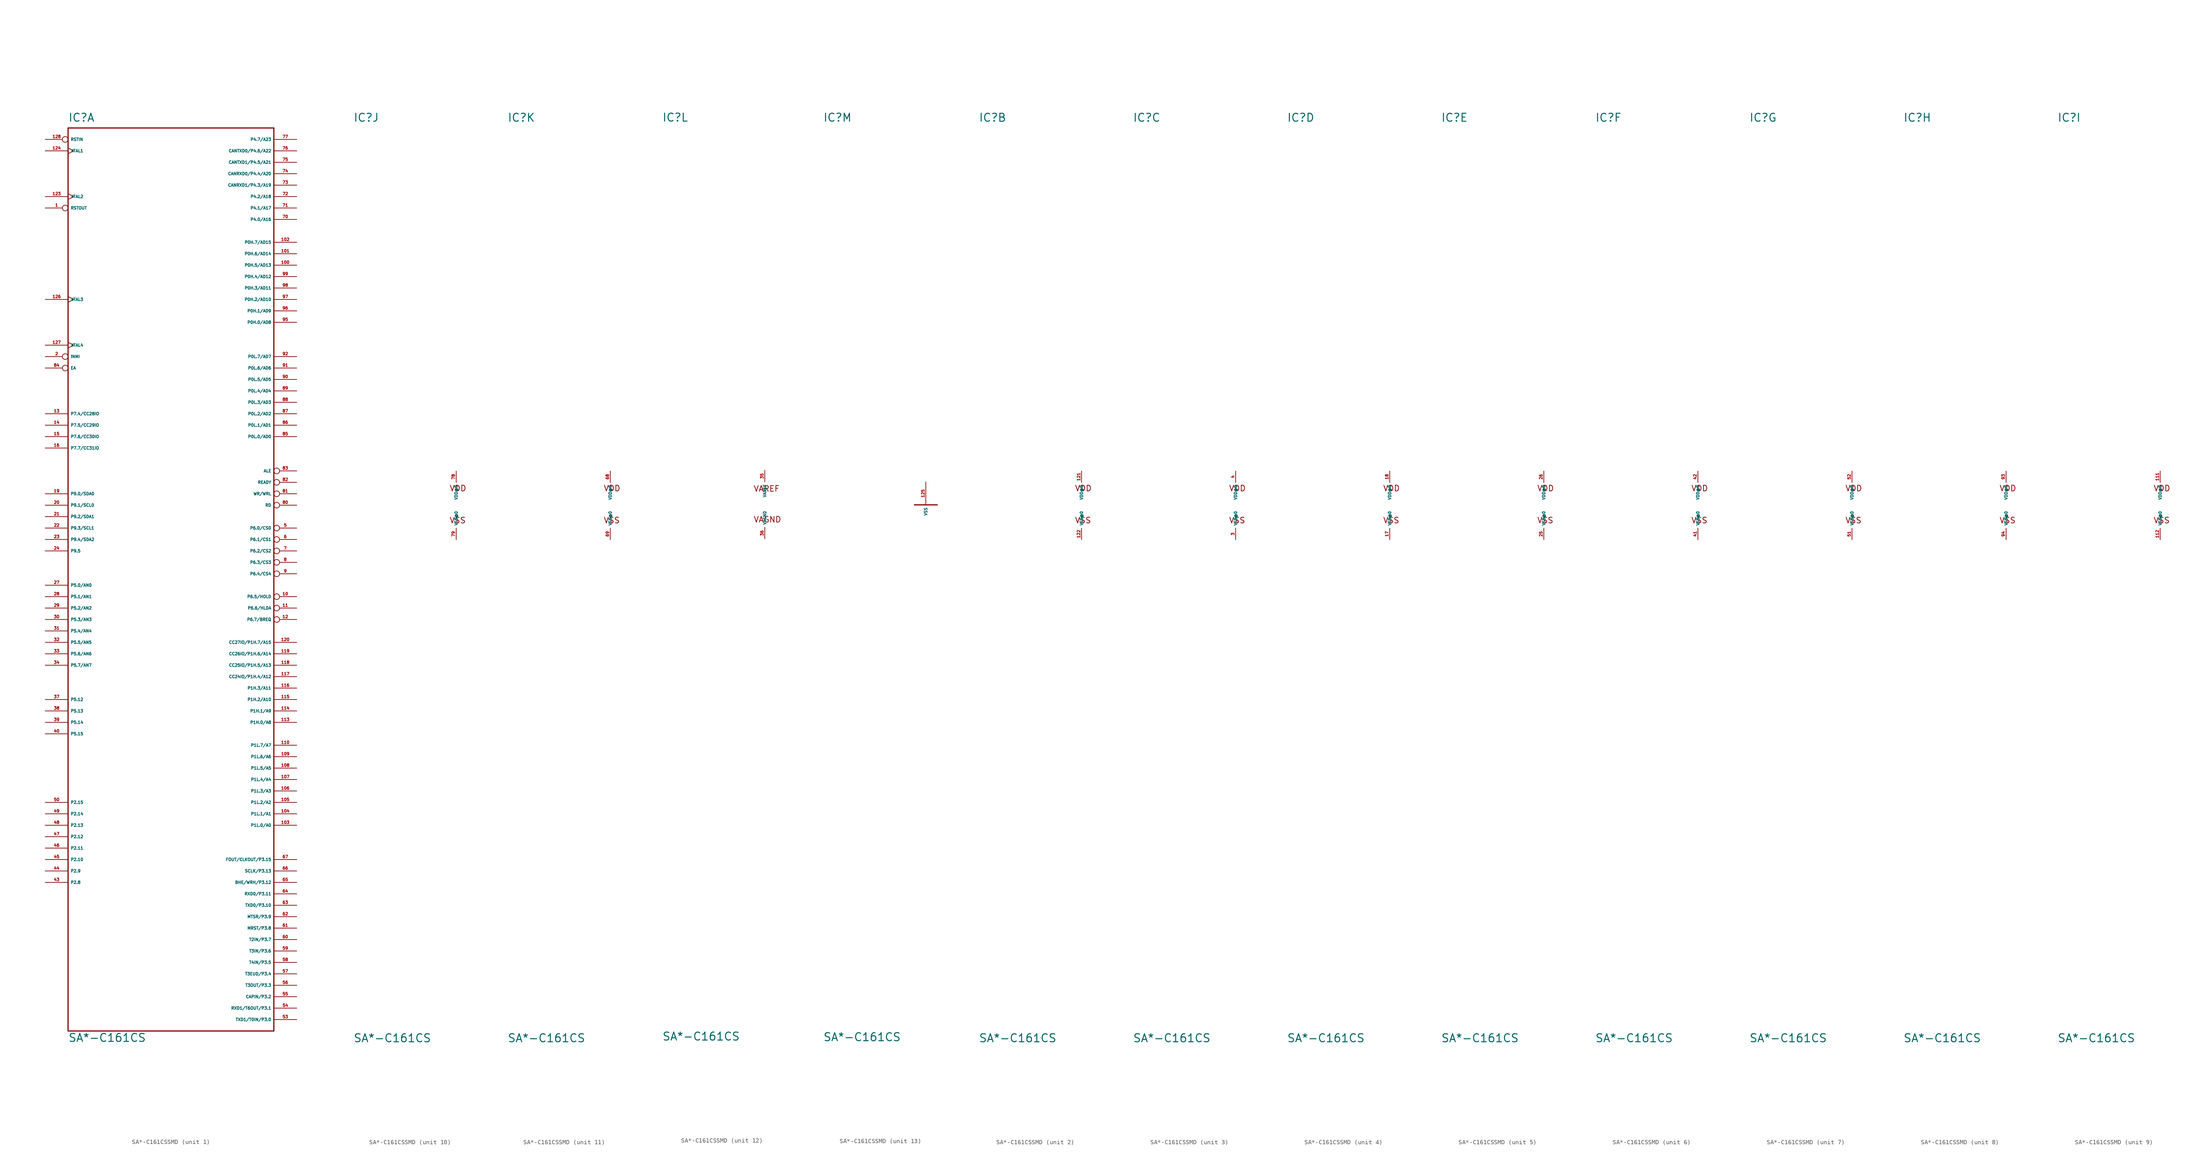
<source format=kicad_sym>
(kicad_symbol_lib
  (version 20220914)
  (generator Eagle2Kicad)
  (symbol "SA*-C161CSSMD"
    (property "Reference" "IC"
      (at -22.86 85.09 0)
      (effects (font (size 1.778 1.778) (thickness 0.22)) (justify left bottom)))
    (property "Value" "SA*-C161CS"
      (at -22.86 -119.38 0)
      (effects (font (size 1.778 1.778) (thickness 0.22)) (justify left bottom)))
    (symbol "SA*-C161CSSMD_1_0"
      (polyline (pts (xy -22.86 83.82) (xy 22.86 83.82)) (stroke (width 0.254) (type default)) (fill (type none)))
      (polyline (pts (xy 22.86 83.82) (xy 22.86 -116.84)) (stroke (width 0.254) (type default)) (fill (type none)))
      (polyline (pts (xy 22.86 -116.84) (xy -22.86 -116.84)) (stroke (width 0.254) (type default)) (fill (type none)))
      (polyline (pts (xy -22.86 -116.84) (xy -22.86 83.82)) (stroke (width 0.254) (type default)) (fill (type none)))
      (pin input inverted (at -27.94 33.02 0) (length 5.08) (name "!NMI" (effects (font (size 0.635 0.635) (thickness 0.08)) (justify left bottom))) (number "2" (effects (font (size 0.635 0.635) (thickness 0.08)) (justify left bottom))))
      (pin output inverted (at 27.94 7.62 180) (length 5.08) (name "ALE" (effects (font (size 0.635 0.635) (thickness 0.08)) (justify left bottom))) (number "83" (effects (font (size 0.635 0.635) (thickness 0.08)) (justify left bottom))))
      (pin input line (at 27.94 -83.82 180) (length 5.08) (name "BHE/WRH/P3.12" (effects (font (size 0.635 0.635) (thickness 0.08)) (justify left bottom))) (number "65" (effects (font (size 0.635 0.635) (thickness 0.08)) (justify left bottom))))
      (pin bidirectional line (at 27.94 73.66 180) (length 5.08) (name "CANRXD0/P4.4/A20" (effects (font (size 0.635 0.635) (thickness 0.08)) (justify left bottom))) (number "74" (effects (font (size 0.635 0.635) (thickness 0.08)) (justify left bottom))))
      (pin bidirectional line (at 27.94 71.12 180) (length 5.08) (name "CANRXD1/P4.3/A19" (effects (font (size 0.635 0.635) (thickness 0.08)) (justify left bottom))) (number "73" (effects (font (size 0.635 0.635) (thickness 0.08)) (justify left bottom))))
      (pin bidirectional line (at 27.94 78.74 180) (length 5.08) (name "CANTXD0/P4.6/A22" (effects (font (size 0.635 0.635) (thickness 0.08)) (justify left bottom))) (number "76" (effects (font (size 0.635 0.635) (thickness 0.08)) (justify left bottom))))
      (pin bidirectional line (at 27.94 76.2 180) (length 5.08) (name "CANTXD1/P4.5/A21" (effects (font (size 0.635 0.635) (thickness 0.08)) (justify left bottom))) (number "75" (effects (font (size 0.635 0.635) (thickness 0.08)) (justify left bottom))))
      (pin input line (at 27.94 -109.22 180) (length 5.08) (name "CAPIN/P3.2" (effects (font (size 0.635 0.635) (thickness 0.08)) (justify left bottom))) (number "55" (effects (font (size 0.635 0.635) (thickness 0.08)) (justify left bottom))))
      (pin bidirectional line (at 27.94 -38.1 180) (length 5.08) (name "CC24IO/P1H.4/A12" (effects (font (size 0.635 0.635) (thickness 0.08)) (justify left bottom))) (number "117" (effects (font (size 0.635 0.635) (thickness 0.08)) (justify left bottom))))
      (pin bidirectional line (at 27.94 -35.56 180) (length 5.08) (name "CC25IO/P1H.5/A13" (effects (font (size 0.635 0.635) (thickness 0.08)) (justify left bottom))) (number "118" (effects (font (size 0.635 0.635) (thickness 0.08)) (justify left bottom))))
      (pin bidirectional line (at 27.94 -33.02 180) (length 5.08) (name "CC26IO/P1H.6/A14" (effects (font (size 0.635 0.635) (thickness 0.08)) (justify left bottom))) (number "119" (effects (font (size 0.635 0.635) (thickness 0.08)) (justify left bottom))))
      (pin bidirectional line (at 27.94 -30.48 180) (length 5.08) (name "CC27IO/P1H.7/A15" (effects (font (size 0.635 0.635) (thickness 0.08)) (justify left bottom))) (number "120" (effects (font (size 0.635 0.635) (thickness 0.08)) (justify left bottom))))
      (pin input inverted (at -27.94 30.48 0) (length 5.08) (name "EA" (effects (font (size 0.635 0.635) (thickness 0.08)) (justify left bottom))) (number "84" (effects (font (size 0.635 0.635) (thickness 0.08)) (justify left bottom))))
      (pin input line (at 27.94 -78.74 180) (length 5.08) (name "FOUT/CLKOUT/P3.15" (effects (font (size 0.635 0.635) (thickness 0.08)) (justify left bottom))) (number "67" (effects (font (size 0.635 0.635) (thickness 0.08)) (justify left bottom))))
      (pin input line (at 27.94 -93.98 180) (length 5.08) (name "MRST/P3.8" (effects (font (size 0.635 0.635) (thickness 0.08)) (justify left bottom))) (number "61" (effects (font (size 0.635 0.635) (thickness 0.08)) (justify left bottom))))
      (pin input line (at 27.94 -91.44 180) (length 5.08) (name "MTSR/P3.9" (effects (font (size 0.635 0.635) (thickness 0.08)) (justify left bottom))) (number "62" (effects (font (size 0.635 0.635) (thickness 0.08)) (justify left bottom))))
      (pin bidirectional line (at 27.94 40.64 180) (length 5.08) (name "P0H.0/AD8" (effects (font (size 0.635 0.635) (thickness 0.08)) (justify left bottom))) (number "95" (effects (font (size 0.635 0.635) (thickness 0.08)) (justify left bottom))))
      (pin bidirectional line (at 27.94 43.18 180) (length 5.08) (name "P0H.1/AD9" (effects (font (size 0.635 0.635) (thickness 0.08)) (justify left bottom))) (number "96" (effects (font (size 0.635 0.635) (thickness 0.08)) (justify left bottom))))
      (pin bidirectional line (at 27.94 45.72 180) (length 5.08) (name "P0H.2/AD10" (effects (font (size 0.635 0.635) (thickness 0.08)) (justify left bottom))) (number "97" (effects (font (size 0.635 0.635) (thickness 0.08)) (justify left bottom))))
      (pin bidirectional line (at 27.94 48.26 180) (length 5.08) (name "P0H.3/AD11" (effects (font (size 0.635 0.635) (thickness 0.08)) (justify left bottom))) (number "98" (effects (font (size 0.635 0.635) (thickness 0.08)) (justify left bottom))))
      (pin bidirectional line (at 27.94 50.8 180) (length 5.08) (name "P0H.4/AD12" (effects (font (size 0.635 0.635) (thickness 0.08)) (justify left bottom))) (number "99" (effects (font (size 0.635 0.635) (thickness 0.08)) (justify left bottom))))
      (pin bidirectional line (at 27.94 53.34 180) (length 5.08) (name "P0H.5/AD13" (effects (font (size 0.635 0.635) (thickness 0.08)) (justify left bottom))) (number "100" (effects (font (size 0.635 0.635) (thickness 0.08)) (justify left bottom))))
      (pin bidirectional line (at 27.94 55.88 180) (length 5.08) (name "P0H.6/AD14" (effects (font (size 0.635 0.635) (thickness 0.08)) (justify left bottom))) (number "101" (effects (font (size 0.635 0.635) (thickness 0.08)) (justify left bottom))))
      (pin bidirectional line (at 27.94 58.42 180) (length 5.08) (name "P0H.7/AD15" (effects (font (size 0.635 0.635) (thickness 0.08)) (justify left bottom))) (number "102" (effects (font (size 0.635 0.635) (thickness 0.08)) (justify left bottom))))
      (pin bidirectional line (at 27.94 15.24 180) (length 5.08) (name "P0L.0/AD0" (effects (font (size 0.635 0.635) (thickness 0.08)) (justify left bottom))) (number "85" (effects (font (size 0.635 0.635) (thickness 0.08)) (justify left bottom))))
      (pin bidirectional line (at 27.94 17.78 180) (length 5.08) (name "P0L.1/AD1" (effects (font (size 0.635 0.635) (thickness 0.08)) (justify left bottom))) (number "86" (effects (font (size 0.635 0.635) (thickness 0.08)) (justify left bottom))))
      (pin bidirectional line (at 27.94 20.32 180) (length 5.08) (name "P0L.2/AD2" (effects (font (size 0.635 0.635) (thickness 0.08)) (justify left bottom))) (number "87" (effects (font (size 0.635 0.635) (thickness 0.08)) (justify left bottom))))
      (pin bidirectional line (at 27.94 22.86 180) (length 5.08) (name "P0L.3/AD3" (effects (font (size 0.635 0.635) (thickness 0.08)) (justify left bottom))) (number "88" (effects (font (size 0.635 0.635) (thickness 0.08)) (justify left bottom))))
      (pin bidirectional line (at 27.94 25.4 180) (length 5.08) (name "P0L.4/AD4" (effects (font (size 0.635 0.635) (thickness 0.08)) (justify left bottom))) (number "89" (effects (font (size 0.635 0.635) (thickness 0.08)) (justify left bottom))))
      (pin bidirectional line (at 27.94 27.94 180) (length 5.08) (name "P0L.5/AD5" (effects (font (size 0.635 0.635) (thickness 0.08)) (justify left bottom))) (number "90" (effects (font (size 0.635 0.635) (thickness 0.08)) (justify left bottom))))
      (pin bidirectional line (at 27.94 30.48 180) (length 5.08) (name "P0L.6/AD6" (effects (font (size 0.635 0.635) (thickness 0.08)) (justify left bottom))) (number "91" (effects (font (size 0.635 0.635) (thickness 0.08)) (justify left bottom))))
      (pin bidirectional line (at 27.94 33.02 180) (length 5.08) (name "P0L.7/AD7" (effects (font (size 0.635 0.635) (thickness 0.08)) (justify left bottom))) (number "92" (effects (font (size 0.635 0.635) (thickness 0.08)) (justify left bottom))))
      (pin bidirectional line (at 27.94 -48.26 180) (length 5.08) (name "P1H.0/A8" (effects (font (size 0.635 0.635) (thickness 0.08)) (justify left bottom))) (number "113" (effects (font (size 0.635 0.635) (thickness 0.08)) (justify left bottom))))
      (pin bidirectional line (at 27.94 -45.72 180) (length 5.08) (name "P1H.1/A9" (effects (font (size 0.635 0.635) (thickness 0.08)) (justify left bottom))) (number "114" (effects (font (size 0.635 0.635) (thickness 0.08)) (justify left bottom))))
      (pin bidirectional line (at 27.94 -43.18 180) (length 5.08) (name "P1H.2/A10" (effects (font (size 0.635 0.635) (thickness 0.08)) (justify left bottom))) (number "115" (effects (font (size 0.635 0.635) (thickness 0.08)) (justify left bottom))))
      (pin bidirectional line (at 27.94 -40.64 180) (length 5.08) (name "P1H.3/A11" (effects (font (size 0.635 0.635) (thickness 0.08)) (justify left bottom))) (number "116" (effects (font (size 0.635 0.635) (thickness 0.08)) (justify left bottom))))
      (pin bidirectional line (at 27.94 -71.12 180) (length 5.08) (name "P1L.0/A0" (effects (font (size 0.635 0.635) (thickness 0.08)) (justify left bottom))) (number "103" (effects (font (size 0.635 0.635) (thickness 0.08)) (justify left bottom))))
      (pin bidirectional line (at 27.94 -68.58 180) (length 5.08) (name "P1L.1/A1" (effects (font (size 0.635 0.635) (thickness 0.08)) (justify left bottom))) (number "104" (effects (font (size 0.635 0.635) (thickness 0.08)) (justify left bottom))))
      (pin bidirectional line (at 27.94 -66.04 180) (length 5.08) (name "P1L.2/A2" (effects (font (size 0.635 0.635) (thickness 0.08)) (justify left bottom))) (number "105" (effects (font (size 0.635 0.635) (thickness 0.08)) (justify left bottom))))
      (pin bidirectional line (at 27.94 -63.5 180) (length 5.08) (name "P1L.3/A3" (effects (font (size 0.635 0.635) (thickness 0.08)) (justify left bottom))) (number "106" (effects (font (size 0.635 0.635) (thickness 0.08)) (justify left bottom))))
      (pin bidirectional line (at 27.94 -60.96 180) (length 5.08) (name "P1L.4/A4" (effects (font (size 0.635 0.635) (thickness 0.08)) (justify left bottom))) (number "107" (effects (font (size 0.635 0.635) (thickness 0.08)) (justify left bottom))))
      (pin bidirectional line (at 27.94 -58.42 180) (length 5.08) (name "P1L.5/A5" (effects (font (size 0.635 0.635) (thickness 0.08)) (justify left bottom))) (number "108" (effects (font (size 0.635 0.635) (thickness 0.08)) (justify left bottom))))
      (pin bidirectional line (at 27.94 -55.88 180) (length 5.08) (name "P1L.6/A6" (effects (font (size 0.635 0.635) (thickness 0.08)) (justify left bottom))) (number "109" (effects (font (size 0.635 0.635) (thickness 0.08)) (justify left bottom))))
      (pin bidirectional line (at 27.94 -53.34 180) (length 5.08) (name "P1L.7/A7" (effects (font (size 0.635 0.635) (thickness 0.08)) (justify left bottom))) (number "110" (effects (font (size 0.635 0.635) (thickness 0.08)) (justify left bottom))))
      (pin input line (at -27.94 -83.82 0) (length 5.08) (name "P2.8" (effects (font (size 0.635 0.635) (thickness 0.08)) (justify left bottom))) (number "43" (effects (font (size 0.635 0.635) (thickness 0.08)) (justify left bottom))))
      (pin input line (at -27.94 -81.28 0) (length 5.08) (name "P2.9" (effects (font (size 0.635 0.635) (thickness 0.08)) (justify left bottom))) (number "44" (effects (font (size 0.635 0.635) (thickness 0.08)) (justify left bottom))))
      (pin input line (at -27.94 -78.74 0) (length 5.08) (name "P2.10" (effects (font (size 0.635 0.635) (thickness 0.08)) (justify left bottom))) (number "45" (effects (font (size 0.635 0.635) (thickness 0.08)) (justify left bottom))))
      (pin input line (at -27.94 -76.2 0) (length 5.08) (name "P2.11" (effects (font (size 0.635 0.635) (thickness 0.08)) (justify left bottom))) (number "46" (effects (font (size 0.635 0.635) (thickness 0.08)) (justify left bottom))))
      (pin input line (at -27.94 -73.66 0) (length 5.08) (name "P2.12" (effects (font (size 0.635 0.635) (thickness 0.08)) (justify left bottom))) (number "47" (effects (font (size 0.635 0.635) (thickness 0.08)) (justify left bottom))))
      (pin input line (at -27.94 -71.12 0) (length 5.08) (name "P2.13" (effects (font (size 0.635 0.635) (thickness 0.08)) (justify left bottom))) (number "48" (effects (font (size 0.635 0.635) (thickness 0.08)) (justify left bottom))))
      (pin input line (at -27.94 -68.58 0) (length 5.08) (name "P2.14" (effects (font (size 0.635 0.635) (thickness 0.08)) (justify left bottom))) (number "49" (effects (font (size 0.635 0.635) (thickness 0.08)) (justify left bottom))))
      (pin input line (at -27.94 -66.04 0) (length 5.08) (name "P2.15" (effects (font (size 0.635 0.635) (thickness 0.08)) (justify left bottom))) (number "50" (effects (font (size 0.635 0.635) (thickness 0.08)) (justify left bottom))))
      (pin bidirectional line (at 27.94 63.5 180) (length 5.08) (name "P4.0/A16" (effects (font (size 0.635 0.635) (thickness 0.08)) (justify left bottom))) (number "70" (effects (font (size 0.635 0.635) (thickness 0.08)) (justify left bottom))))
      (pin bidirectional line (at 27.94 66.04 180) (length 5.08) (name "P4.1/A17" (effects (font (size 0.635 0.635) (thickness 0.08)) (justify left bottom))) (number "71" (effects (font (size 0.635 0.635) (thickness 0.08)) (justify left bottom))))
      (pin bidirectional line (at 27.94 68.58 180) (length 5.08) (name "P4.2/A18" (effects (font (size 0.635 0.635) (thickness 0.08)) (justify left bottom))) (number "72" (effects (font (size 0.635 0.635) (thickness 0.08)) (justify left bottom))))
      (pin bidirectional line (at 27.94 81.28 180) (length 5.08) (name "P4.7/A23" (effects (font (size 0.635 0.635) (thickness 0.08)) (justify left bottom))) (number "77" (effects (font (size 0.635 0.635) (thickness 0.08)) (justify left bottom))))
      (pin input line (at -27.94 -17.78 0) (length 5.08) (name "P5.0/AN0" (effects (font (size 0.635 0.635) (thickness 0.08)) (justify left bottom))) (number "27" (effects (font (size 0.635 0.635) (thickness 0.08)) (justify left bottom))))
      (pin input line (at -27.94 -20.32 0) (length 5.08) (name "P5.1/AN1" (effects (font (size 0.635 0.635) (thickness 0.08)) (justify left bottom))) (number "28" (effects (font (size 0.635 0.635) (thickness 0.08)) (justify left bottom))))
      (pin input line (at -27.94 -22.86 0) (length 5.08) (name "P5.2/AN2" (effects (font (size 0.635 0.635) (thickness 0.08)) (justify left bottom))) (number "29" (effects (font (size 0.635 0.635) (thickness 0.08)) (justify left bottom))))
      (pin input line (at -27.94 -25.4 0) (length 5.08) (name "P5.3/AN3" (effects (font (size 0.635 0.635) (thickness 0.08)) (justify left bottom))) (number "30" (effects (font (size 0.635 0.635) (thickness 0.08)) (justify left bottom))))
      (pin input line (at -27.94 -27.94 0) (length 5.08) (name "P5.4/AN4" (effects (font (size 0.635 0.635) (thickness 0.08)) (justify left bottom))) (number "31" (effects (font (size 0.635 0.635) (thickness 0.08)) (justify left bottom))))
      (pin input line (at -27.94 -30.48 0) (length 5.08) (name "P5.5/AN5" (effects (font (size 0.635 0.635) (thickness 0.08)) (justify left bottom))) (number "32" (effects (font (size 0.635 0.635) (thickness 0.08)) (justify left bottom))))
      (pin input line (at -27.94 -33.02 0) (length 5.08) (name "P5.6/AN6" (effects (font (size 0.635 0.635) (thickness 0.08)) (justify left bottom))) (number "33" (effects (font (size 0.635 0.635) (thickness 0.08)) (justify left bottom))))
      (pin input line (at -27.94 -35.56 0) (length 5.08) (name "P5.7/AN7" (effects (font (size 0.635 0.635) (thickness 0.08)) (justify left bottom))) (number "34" (effects (font (size 0.635 0.635) (thickness 0.08)) (justify left bottom))))
      (pin input line (at -27.94 -43.18 0) (length 5.08) (name "P5.12" (effects (font (size 0.635 0.635) (thickness 0.08)) (justify left bottom))) (number "37" (effects (font (size 0.635 0.635) (thickness 0.08)) (justify left bottom))))
      (pin input line (at -27.94 -45.72 0) (length 5.08) (name "P5.13" (effects (font (size 0.635 0.635) (thickness 0.08)) (justify left bottom))) (number "38" (effects (font (size 0.635 0.635) (thickness 0.08)) (justify left bottom))))
      (pin input line (at -27.94 -48.26 0) (length 5.08) (name "P5.14" (effects (font (size 0.635 0.635) (thickness 0.08)) (justify left bottom))) (number "39" (effects (font (size 0.635 0.635) (thickness 0.08)) (justify left bottom))))
      (pin input line (at -27.94 -50.8 0) (length 5.08) (name "P5.15" (effects (font (size 0.635 0.635) (thickness 0.08)) (justify left bottom))) (number "40" (effects (font (size 0.635 0.635) (thickness 0.08)) (justify left bottom))))
      (pin output inverted (at 27.94 -5.08 180) (length 5.08) (name "P6.0/CS0" (effects (font (size 0.635 0.635) (thickness 0.08)) (justify left bottom))) (number "5" (effects (font (size 0.635 0.635) (thickness 0.08)) (justify left bottom))))
      (pin output inverted (at 27.94 -7.62 180) (length 5.08) (name "P6.1/CS1" (effects (font (size 0.635 0.635) (thickness 0.08)) (justify left bottom))) (number "6" (effects (font (size 0.635 0.635) (thickness 0.08)) (justify left bottom))))
      (pin output inverted (at 27.94 -10.16 180) (length 5.08) (name "P6.2/CS2" (effects (font (size 0.635 0.635) (thickness 0.08)) (justify left bottom))) (number "7" (effects (font (size 0.635 0.635) (thickness 0.08)) (justify left bottom))))
      (pin output inverted (at 27.94 -12.7 180) (length 5.08) (name "P6.3/CS3" (effects (font (size 0.635 0.635) (thickness 0.08)) (justify left bottom))) (number "8" (effects (font (size 0.635 0.635) (thickness 0.08)) (justify left bottom))))
      (pin output inverted (at 27.94 -15.24 180) (length 5.08) (name "P6.4/CS4" (effects (font (size 0.635 0.635) (thickness 0.08)) (justify left bottom))) (number "9" (effects (font (size 0.635 0.635) (thickness 0.08)) (justify left bottom))))
      (pin output inverted (at 27.94 -20.32 180) (length 5.08) (name "P6.5/HOLD" (effects (font (size 0.635 0.635) (thickness 0.08)) (justify left bottom))) (number "10" (effects (font (size 0.635 0.635) (thickness 0.08)) (justify left bottom))))
      (pin output inverted (at 27.94 -22.86 180) (length 5.08) (name "P6.6/HLDA" (effects (font (size 0.635 0.635) (thickness 0.08)) (justify left bottom))) (number "11" (effects (font (size 0.635 0.635) (thickness 0.08)) (justify left bottom))))
      (pin output inverted (at 27.94 -25.4 180) (length 5.08) (name "P6.7/BREQ" (effects (font (size 0.635 0.635) (thickness 0.08)) (justify left bottom))) (number "12" (effects (font (size 0.635 0.635) (thickness 0.08)) (justify left bottom))))
      (pin bidirectional line (at -27.94 20.32 0) (length 5.08) (name "P7.4/CC28IO" (effects (font (size 0.635 0.635) (thickness 0.08)) (justify left bottom))) (number "13" (effects (font (size 0.635 0.635) (thickness 0.08)) (justify left bottom))))
      (pin bidirectional line (at -27.94 17.78 0) (length 5.08) (name "P7.5/CC29IO" (effects (font (size 0.635 0.635) (thickness 0.08)) (justify left bottom))) (number "14" (effects (font (size 0.635 0.635) (thickness 0.08)) (justify left bottom))))
      (pin bidirectional line (at -27.94 15.24 0) (length 5.08) (name "P7.6/CC30IO" (effects (font (size 0.635 0.635) (thickness 0.08)) (justify left bottom))) (number "15" (effects (font (size 0.635 0.635) (thickness 0.08)) (justify left bottom))))
      (pin bidirectional line (at -27.94 12.7 0) (length 5.08) (name "P7.7/CC31IO" (effects (font (size 0.635 0.635) (thickness 0.08)) (justify left bottom))) (number "16" (effects (font (size 0.635 0.635) (thickness 0.08)) (justify left bottom))))
      (pin bidirectional line (at -27.94 2.54 0) (length 5.08) (name "P9.0/SDA0" (effects (font (size 0.635 0.635) (thickness 0.08)) (justify left bottom))) (number "19" (effects (font (size 0.635 0.635) (thickness 0.08)) (justify left bottom))))
      (pin bidirectional line (at -27.94 0 0) (length 5.08) (name "P9.1/SCL0" (effects (font (size 0.635 0.635) (thickness 0.08)) (justify left bottom))) (number "20" (effects (font (size 0.635 0.635) (thickness 0.08)) (justify left bottom))))
      (pin bidirectional line (at -27.94 -2.54 0) (length 5.08) (name "P9.2/SDA1" (effects (font (size 0.635 0.635) (thickness 0.08)) (justify left bottom))) (number "21" (effects (font (size 0.635 0.635) (thickness 0.08)) (justify left bottom))))
      (pin bidirectional line (at -27.94 -5.08 0) (length 5.08) (name "P9.3/SCL1" (effects (font (size 0.635 0.635) (thickness 0.08)) (justify left bottom))) (number "22" (effects (font (size 0.635 0.635) (thickness 0.08)) (justify left bottom))))
      (pin bidirectional line (at -27.94 -7.62 0) (length 5.08) (name "P9.4/SDA2" (effects (font (size 0.635 0.635) (thickness 0.08)) (justify left bottom))) (number "23" (effects (font (size 0.635 0.635) (thickness 0.08)) (justify left bottom))))
      (pin bidirectional line (at -27.94 -10.16 0) (length 5.08) (name "P9.5" (effects (font (size 0.635 0.635) (thickness 0.08)) (justify left bottom))) (number "24" (effects (font (size 0.635 0.635) (thickness 0.08)) (justify left bottom))))
      (pin output inverted (at 27.94 0 180) (length 5.08) (name "RD" (effects (font (size 0.635 0.635) (thickness 0.08)) (justify left bottom))) (number "80" (effects (font (size 0.635 0.635) (thickness 0.08)) (justify left bottom))))
      (pin output inverted (at 27.94 5.08 180) (length 5.08) (name "READY" (effects (font (size 0.635 0.635) (thickness 0.08)) (justify left bottom))) (number "82" (effects (font (size 0.635 0.635) (thickness 0.08)) (justify left bottom))))
      (pin bidirectional inverted (at -27.94 81.28 0) (length 5.08) (name "RSTIN" (effects (font (size 0.635 0.635) (thickness 0.08)) (justify left bottom))) (number "128" (effects (font (size 0.635 0.635) (thickness 0.08)) (justify left bottom))))
      (pin output inverted (at -27.94 66.04 0) (length 5.08) (name "RSTOUT" (effects (font (size 0.635 0.635) (thickness 0.08)) (justify left bottom))) (number "1" (effects (font (size 0.635 0.635) (thickness 0.08)) (justify left bottom))))
      (pin input line (at 27.94 -86.36 180) (length 5.08) (name "RXD0/P3.11" (effects (font (size 0.635 0.635) (thickness 0.08)) (justify left bottom))) (number "64" (effects (font (size 0.635 0.635) (thickness 0.08)) (justify left bottom))))
      (pin input line (at 27.94 -111.76 180) (length 5.08) (name "RXD1/T6OUT/P3.1" (effects (font (size 0.635 0.635) (thickness 0.08)) (justify left bottom))) (number "54" (effects (font (size 0.635 0.635) (thickness 0.08)) (justify left bottom))))
      (pin input line (at 27.94 -81.28 180) (length 5.08) (name "SCLK/P3.13" (effects (font (size 0.635 0.635) (thickness 0.08)) (justify left bottom))) (number "66" (effects (font (size 0.635 0.635) (thickness 0.08)) (justify left bottom))))
      (pin input line (at 27.94 -96.52 180) (length 5.08) (name "T2IN/P3.7" (effects (font (size 0.635 0.635) (thickness 0.08)) (justify left bottom))) (number "60" (effects (font (size 0.635 0.635) (thickness 0.08)) (justify left bottom))))
      (pin input line (at 27.94 -104.14 180) (length 5.08) (name "T3EUD/P3.4" (effects (font (size 0.635 0.635) (thickness 0.08)) (justify left bottom))) (number "57" (effects (font (size 0.635 0.635) (thickness 0.08)) (justify left bottom))))
      (pin input line (at 27.94 -99.06 180) (length 5.08) (name "T3IN/P3.6" (effects (font (size 0.635 0.635) (thickness 0.08)) (justify left bottom))) (number "59" (effects (font (size 0.635 0.635) (thickness 0.08)) (justify left bottom))))
      (pin input line (at 27.94 -106.68 180) (length 5.08) (name "T3OUT/P3.3" (effects (font (size 0.635 0.635) (thickness 0.08)) (justify left bottom))) (number "56" (effects (font (size 0.635 0.635) (thickness 0.08)) (justify left bottom))))
      (pin input line (at 27.94 -101.6 180) (length 5.08) (name "T4IN/P3.5" (effects (font (size 0.635 0.635) (thickness 0.08)) (justify left bottom))) (number "58" (effects (font (size 0.635 0.635) (thickness 0.08)) (justify left bottom))))
      (pin input line (at 27.94 -88.9 180) (length 5.08) (name "TXD0/P3.10" (effects (font (size 0.635 0.635) (thickness 0.08)) (justify left bottom))) (number "63" (effects (font (size 0.635 0.635) (thickness 0.08)) (justify left bottom))))
      (pin input line (at 27.94 -114.3 180) (length 5.08) (name "TXD1/T0IN/P3.0" (effects (font (size 0.635 0.635) (thickness 0.08)) (justify left bottom))) (number "53" (effects (font (size 0.635 0.635) (thickness 0.08)) (justify left bottom))))
      (pin output inverted (at 27.94 2.54 180) (length 5.08) (name "WR/WRL" (effects (font (size 0.635 0.635) (thickness 0.08)) (justify left bottom))) (number "81" (effects (font (size 0.635 0.635) (thickness 0.08)) (justify left bottom))))
      (pin bidirectional clock (at -27.94 78.74 0) (length 5.08) (name "XTAL1" (effects (font (size 0.635 0.635) (thickness 0.08)) (justify left bottom))) (number "124" (effects (font (size 0.635 0.635) (thickness 0.08)) (justify left bottom))))
      (pin bidirectional clock (at -27.94 68.58 0) (length 5.08) (name "XTAL2" (effects (font (size 0.635 0.635) (thickness 0.08)) (justify left bottom))) (number "123" (effects (font (size 0.635 0.635) (thickness 0.08)) (justify left bottom))))
      (pin bidirectional clock (at -27.94 45.72 0) (length 5.08) (name "XTAL3" (effects (font (size 0.635 0.635) (thickness 0.08)) (justify left bottom))) (number "126" (effects (font (size 0.635 0.635) (thickness 0.08)) (justify left bottom))))
      (pin bidirectional clock (at -27.94 35.56 0) (length 5.08) (name "XTAL4" (effects (font (size 0.635 0.635) (thickness 0.08)) (justify left bottom))) (number "127" (effects (font (size 0.635 0.635) (thickness 0.08)) (justify left bottom)))))
    (symbol "SA*-C161CSSMD_2_0"
      (text "VDD" (at -1.524 3.048 0) (effects (font (size 1.27 1.27) (thickness 0.16)) (justify left bottom)))
      (text "VSS" (at -1.524 -4.064 0) (effects (font (size 1.27 1.27) (thickness 0.16)) (justify left bottom)))
      (pin unspecified line (at 0 7.62 270) (length 2.54) (name "VDD@0" (effects (font (size 0.635 0.635) (thickness 0.08)) (justify left bottom))) (number "121" (effects (font (size 0.635 0.635) (thickness 0.08)) (justify left bottom))))
      (pin unspecified line (at 0 -7.62 90) (length 2.54) (name "VSS@0" (effects (font (size 0.635 0.635) (thickness 0.08)) (justify left bottom))) (number "122" (effects (font (size 0.635 0.635) (thickness 0.08)) (justify left bottom)))))
    (symbol "SA*-C161CSSMD_3_0"
      (text "VDD" (at -1.524 3.048 0) (effects (font (size 1.27 1.27) (thickness 0.16)) (justify left bottom)))
      (text "VSS" (at -1.524 -4.064 0) (effects (font (size 1.27 1.27) (thickness 0.16)) (justify left bottom)))
      (pin unspecified line (at 0 7.62 270) (length 2.54) (name "VDD@0" (effects (font (size 0.635 0.635) (thickness 0.08)) (justify left bottom))) (number "4" (effects (font (size 0.635 0.635) (thickness 0.08)) (justify left bottom))))
      (pin unspecified line (at 0 -7.62 90) (length 2.54) (name "VSS@0" (effects (font (size 0.635 0.635) (thickness 0.08)) (justify left bottom))) (number "3" (effects (font (size 0.635 0.635) (thickness 0.08)) (justify left bottom)))))
    (symbol "SA*-C161CSSMD_4_0"
      (text "VDD" (at -1.524 3.048 0) (effects (font (size 1.27 1.27) (thickness 0.16)) (justify left bottom)))
      (text "VSS" (at -1.524 -4.064 0) (effects (font (size 1.27 1.27) (thickness 0.16)) (justify left bottom)))
      (pin unspecified line (at 0 7.62 270) (length 2.54) (name "VDD@0" (effects (font (size 0.635 0.635) (thickness 0.08)) (justify left bottom))) (number "18" (effects (font (size 0.635 0.635) (thickness 0.08)) (justify left bottom))))
      (pin unspecified line (at 0 -7.62 90) (length 2.54) (name "VSS@0" (effects (font (size 0.635 0.635) (thickness 0.08)) (justify left bottom))) (number "17" (effects (font (size 0.635 0.635) (thickness 0.08)) (justify left bottom)))))
    (symbol "SA*-C161CSSMD_5_0"
      (text "VDD" (at -1.524 3.048 0) (effects (font (size 1.27 1.27) (thickness 0.16)) (justify left bottom)))
      (text "VSS" (at -1.524 -4.064 0) (effects (font (size 1.27 1.27) (thickness 0.16)) (justify left bottom)))
      (pin unspecified line (at 0 7.62 270) (length 2.54) (name "VDD@0" (effects (font (size 0.635 0.635) (thickness 0.08)) (justify left bottom))) (number "26" (effects (font (size 0.635 0.635) (thickness 0.08)) (justify left bottom))))
      (pin unspecified line (at 0 -7.62 90) (length 2.54) (name "VSS@0" (effects (font (size 0.635 0.635) (thickness 0.08)) (justify left bottom))) (number "25" (effects (font (size 0.635 0.635) (thickness 0.08)) (justify left bottom)))))
    (symbol "SA*-C161CSSMD_6_0"
      (text "VDD" (at -1.524 3.048 0) (effects (font (size 1.27 1.27) (thickness 0.16)) (justify left bottom)))
      (text "VSS" (at -1.524 -4.064 0) (effects (font (size 1.27 1.27) (thickness 0.16)) (justify left bottom)))
      (pin unspecified line (at 0 7.62 270) (length 2.54) (name "VDD@0" (effects (font (size 0.635 0.635) (thickness 0.08)) (justify left bottom))) (number "42" (effects (font (size 0.635 0.635) (thickness 0.08)) (justify left bottom))))
      (pin unspecified line (at 0 -7.62 90) (length 2.54) (name "VSS@0" (effects (font (size 0.635 0.635) (thickness 0.08)) (justify left bottom))) (number "41" (effects (font (size 0.635 0.635) (thickness 0.08)) (justify left bottom)))))
    (symbol "SA*-C161CSSMD_7_0"
      (text "VDD" (at -1.524 3.048 0) (effects (font (size 1.27 1.27) (thickness 0.16)) (justify left bottom)))
      (text "VSS" (at -1.524 -4.064 0) (effects (font (size 1.27 1.27) (thickness 0.16)) (justify left bottom)))
      (pin unspecified line (at 0 7.62 270) (length 2.54) (name "VDD@0" (effects (font (size 0.635 0.635) (thickness 0.08)) (justify left bottom))) (number "52" (effects (font (size 0.635 0.635) (thickness 0.08)) (justify left bottom))))
      (pin unspecified line (at 0 -7.62 90) (length 2.54) (name "VSS@0" (effects (font (size 0.635 0.635) (thickness 0.08)) (justify left bottom))) (number "51" (effects (font (size 0.635 0.635) (thickness 0.08)) (justify left bottom)))))
    (symbol "SA*-C161CSSMD_8_0"
      (text "VDD" (at -1.524 3.048 0) (effects (font (size 1.27 1.27) (thickness 0.16)) (justify left bottom)))
      (text "VSS" (at -1.524 -4.064 0) (effects (font (size 1.27 1.27) (thickness 0.16)) (justify left bottom)))
      (pin unspecified line (at 0 7.62 270) (length 2.54) (name "VDD@0" (effects (font (size 0.635 0.635) (thickness 0.08)) (justify left bottom))) (number "93" (effects (font (size 0.635 0.635) (thickness 0.08)) (justify left bottom))))
      (pin unspecified line (at 0 -7.62 90) (length 2.54) (name "VSS@0" (effects (font (size 0.635 0.635) (thickness 0.08)) (justify left bottom))) (number "94" (effects (font (size 0.635 0.635) (thickness 0.08)) (justify left bottom)))))
    (symbol "SA*-C161CSSMD_9_0"
      (text "VDD" (at -1.524 3.048 0) (effects (font (size 1.27 1.27) (thickness 0.16)) (justify left bottom)))
      (text "VSS" (at -1.524 -4.064 0) (effects (font (size 1.27 1.27) (thickness 0.16)) (justify left bottom)))
      (pin unspecified line (at 0 7.62 270) (length 2.54) (name "VDD@0" (effects (font (size 0.635 0.635) (thickness 0.08)) (justify left bottom))) (number "111" (effects (font (size 0.635 0.635) (thickness 0.08)) (justify left bottom))))
      (pin unspecified line (at 0 -7.62 90) (length 2.54) (name "VSS@0" (effects (font (size 0.635 0.635) (thickness 0.08)) (justify left bottom))) (number "112" (effects (font (size 0.635 0.635) (thickness 0.08)) (justify left bottom)))))
    (symbol "SA*-C161CSSMD_10_0"
      (text "VDD" (at -1.524 3.048 0) (effects (font (size 1.27 1.27) (thickness 0.16)) (justify left bottom)))
      (text "VSS" (at -1.524 -4.064 0) (effects (font (size 1.27 1.27) (thickness 0.16)) (justify left bottom)))
      (pin unspecified line (at 0 7.62 270) (length 2.54) (name "VDD@0" (effects (font (size 0.635 0.635) (thickness 0.08)) (justify left bottom))) (number "78" (effects (font (size 0.635 0.635) (thickness 0.08)) (justify left bottom))))
      (pin unspecified line (at 0 -7.62 90) (length 2.54) (name "VSS@0" (effects (font (size 0.635 0.635) (thickness 0.08)) (justify left bottom))) (number "79" (effects (font (size 0.635 0.635) (thickness 0.08)) (justify left bottom)))))
    (symbol "SA*-C161CSSMD_11_0"
      (text "VDD" (at -1.524 3.048 0) (effects (font (size 1.27 1.27) (thickness 0.16)) (justify left bottom)))
      (text "VSS" (at -1.524 -4.064 0) (effects (font (size 1.27 1.27) (thickness 0.16)) (justify left bottom)))
      (pin unspecified line (at 0 7.62 270) (length 2.54) (name "VDD@0" (effects (font (size 0.635 0.635) (thickness 0.08)) (justify left bottom))) (number "68" (effects (font (size 0.635 0.635) (thickness 0.08)) (justify left bottom))))
      (pin unspecified line (at 0 -7.62 90) (length 2.54) (name "VSS@0" (effects (font (size 0.635 0.635) (thickness 0.08)) (justify left bottom))) (number "69" (effects (font (size 0.635 0.635) (thickness 0.08)) (justify left bottom)))))
    (symbol "SA*-C161CSSMD_12_0"
      (text "VAREF" (at -2.54 2.794 0) (effects (font (size 1.27 1.27) (thickness 0.16)) (justify left bottom)))
      (text "VAGND" (at -2.54 -4.064 0) (effects (font (size 1.27 1.27) (thickness 0.16)) (justify left bottom)))
      (pin unspecified line (at 0 -7.62 90) (length 2.54) (name "VAGND" (effects (font (size 0.635 0.635) (thickness 0.08)) (justify left bottom))) (number "36" (effects (font (size 0.635 0.635) (thickness 0.08)) (justify left bottom))))
      (pin unspecified line (at 0 7.62 270) (length 2.54) (name "VAREF" (effects (font (size 0.635 0.635) (thickness 0.08)) (justify left bottom))) (number "35" (effects (font (size 0.635 0.635) (thickness 0.08)) (justify left bottom)))))
    (symbol "SA*-C161CSSMD_13_0"
      (polyline (pts (xy -2.54 0) (xy 2.54 0)) (stroke (width 0.254) (type default)) (fill (type none)))
      (pin unspecified line (at 0 5.08 270) (length 5.08) (name "VSS" (effects (font (size 0.635 0.635) (thickness 0.08)) (justify left bottom))) (number "125" (effects (font (size 0.635 0.635) (thickness 0.08)) (justify left bottom)))))))
</source>
